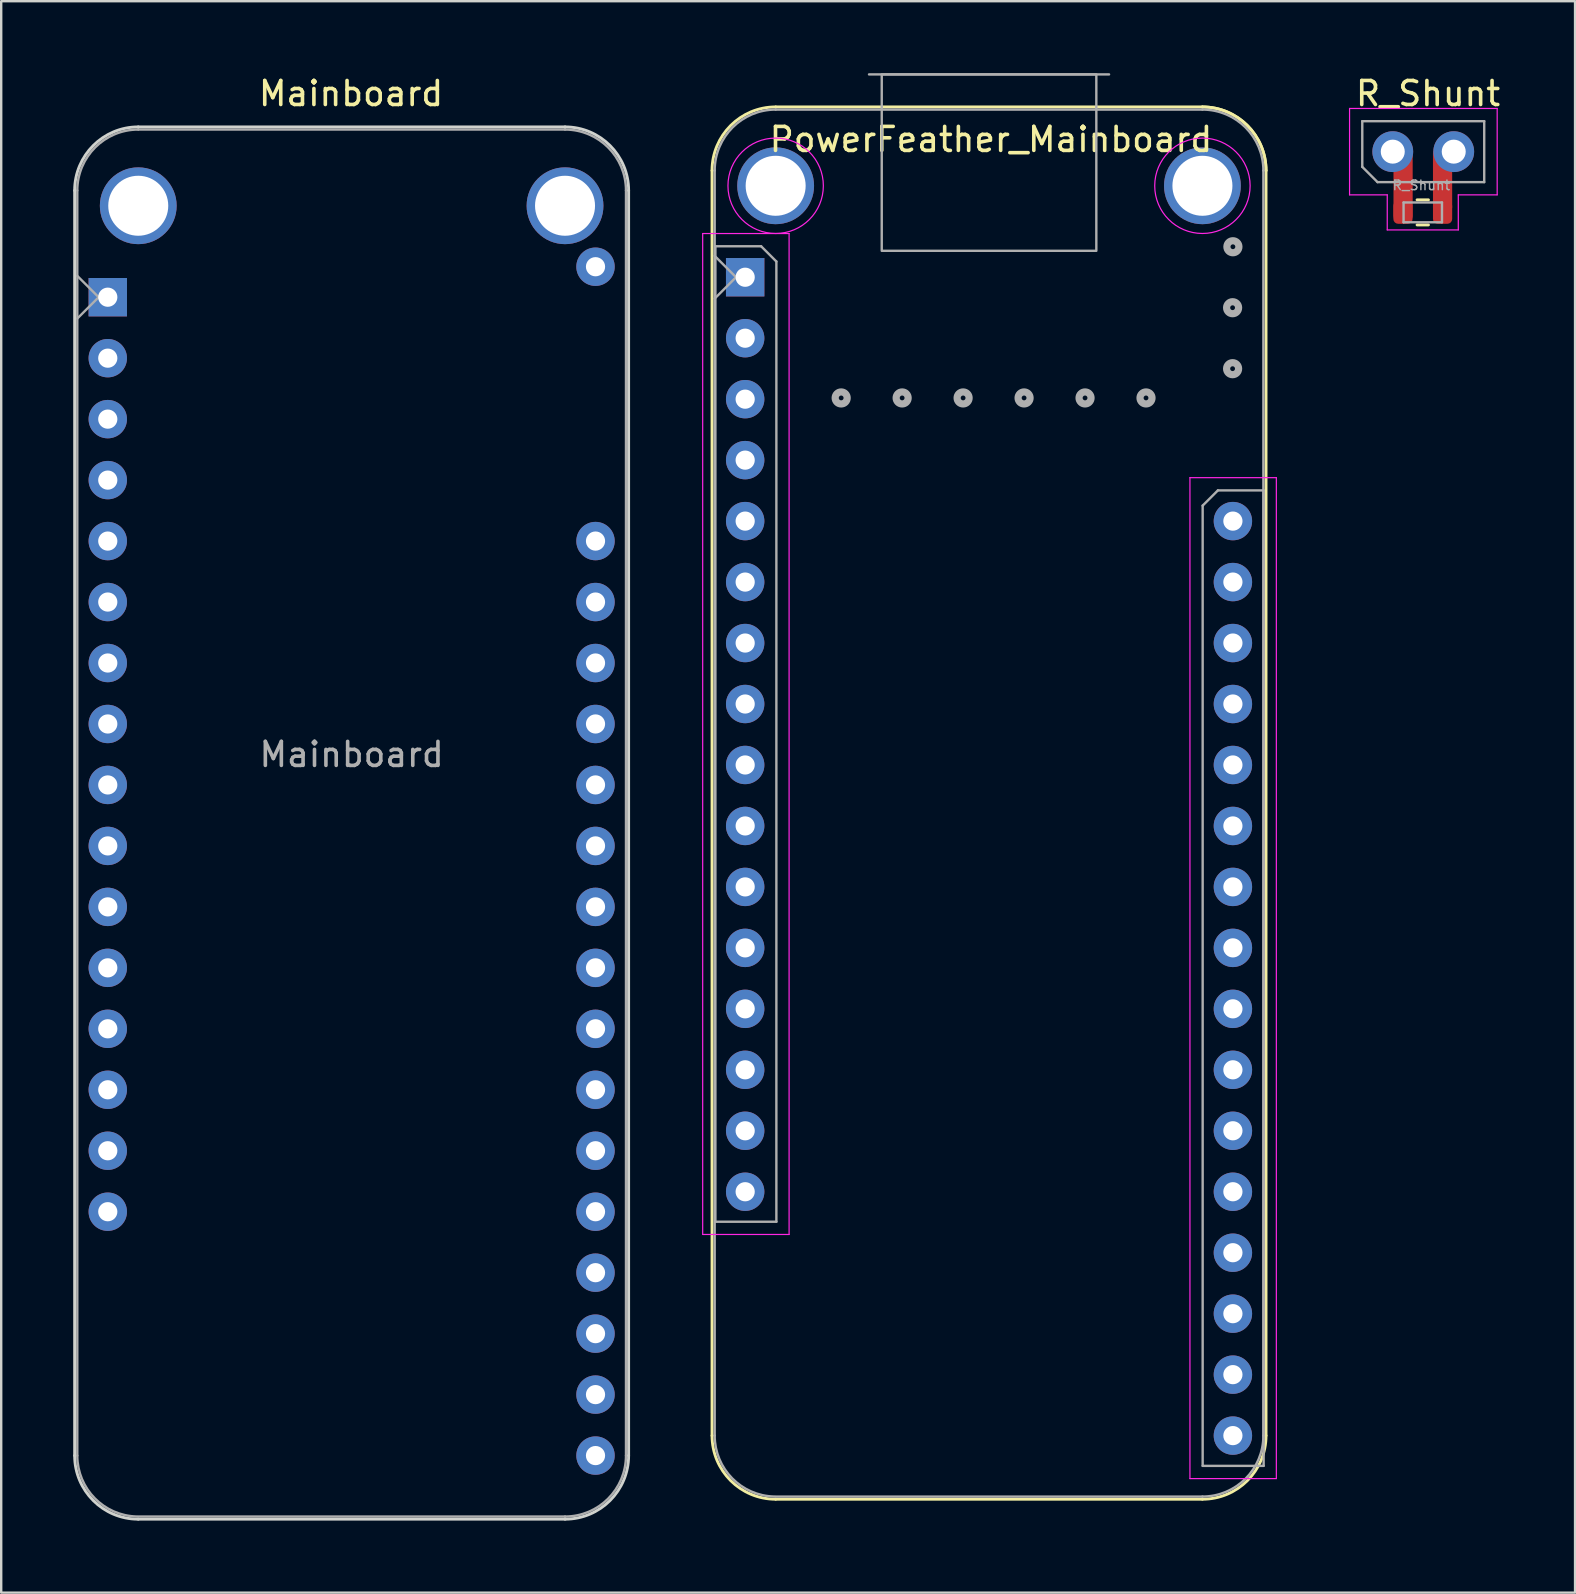
<source format=kicad_pcb>
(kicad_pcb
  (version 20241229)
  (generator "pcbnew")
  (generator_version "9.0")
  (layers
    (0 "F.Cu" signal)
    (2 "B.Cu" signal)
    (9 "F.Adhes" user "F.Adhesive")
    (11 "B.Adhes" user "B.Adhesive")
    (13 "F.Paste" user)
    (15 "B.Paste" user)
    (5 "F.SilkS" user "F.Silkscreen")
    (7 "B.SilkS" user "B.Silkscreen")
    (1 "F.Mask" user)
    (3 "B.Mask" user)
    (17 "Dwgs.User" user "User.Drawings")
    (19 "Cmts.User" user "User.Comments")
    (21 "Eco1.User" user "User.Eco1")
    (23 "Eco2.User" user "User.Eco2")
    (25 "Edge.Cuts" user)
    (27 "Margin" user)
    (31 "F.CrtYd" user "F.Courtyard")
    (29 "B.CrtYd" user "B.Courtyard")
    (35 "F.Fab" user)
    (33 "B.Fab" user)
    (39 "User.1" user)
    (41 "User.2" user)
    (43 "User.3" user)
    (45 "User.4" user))
  (footprint "R_Shunt"
    (layer "F.Cu")
    (at 56.245 5.786)
    (property "Reference" "R_Shunt" (at 0.2 -4.938 0) (layer "F.SilkS") (effects (font (size 1 1) (thickness 0.15))))
    (attr smd)
    (fp_line (start -0.257 -0.51) (end 0.217 -0.51) (stroke (width 0.12) (type solid)) (layer "F.SilkS"))
    (fp_line (start -0.257 0.535) (end 0.217 0.535) (stroke (width 0.12) (type solid)) (layer "F.SilkS"))
    (fp_line (start -3.07 -4.317) (end -3.07 -0.718) (stroke (width 0.05) (type solid)) (layer "F.CrtYd"))
    (fp_line (start -3.07 -0.718) (end -1.5 -0.718) (stroke (width 0.05) (type solid)) (layer "F.CrtYd"))
    (fp_line (start -1.5 0.743) (end -1.5 -0.718) (stroke (width 0.05) (type solid)) (layer "F.CrtYd"))
    (fp_line (start 1.46 -0.718) (end 1.46 0.743) (stroke (width 0.05) (type solid)) (layer "F.CrtYd"))
    (fp_line (start 1.46 -0.718) (end 3.08 -0.718) (stroke (width 0.05) (type solid)) (layer "F.CrtYd"))
    (fp_line (start 1.46 0.743) (end -1.5 0.743) (stroke (width 0.05) (type solid)) (layer "F.CrtYd"))
    (fp_line (start 3.08 -4.317) (end -3.07 -4.317) (stroke (width 0.05) (type solid)) (layer "F.CrtYd"))
    (fp_line (start 3.08 -0.718) (end 3.08 -4.317) (stroke (width 0.05) (type solid)) (layer "F.CrtYd"))
    (fp_line (start -2.54 -3.788) (end 2.54 -3.788) (stroke (width 0.1) (type solid)) (layer "F.Fab"))
    (fp_line (start -2.54 -1.883) (end -2.54 -3.788) (stroke (width 0.1) (type solid)) (layer "F.Fab"))
    (fp_line (start -1.905 -1.248) (end -2.54 -1.883) (stroke (width 0.1) (type solid)) (layer "F.Fab"))
    (fp_line (start -0.82 -0.4) (end 0.78 -0.4) (stroke (width 0.1) (type solid)) (layer "F.Fab"))
    (fp_line (start -0.82 0.425) (end -0.82 -0.4) (stroke (width 0.1) (type solid)) (layer "F.Fab"))
    (fp_line (start 0.78 -0.4) (end 0.78 0.425) (stroke (width 0.1) (type solid)) (layer "F.Fab"))
    (fp_line (start 0.78 0.425) (end -0.82 0.425) (stroke (width 0.1) (type solid)) (layer "F.Fab"))
    (fp_line (start 2.54 -3.788) (end 2.54 -1.248) (stroke (width 0.1) (type solid)) (layer "F.Fab"))
    (fp_line (start 2.54 -1.248) (end -1.905 -1.248) (stroke (width 0.1) (type solid)) (layer "F.Fab"))
    (fp_text user "${REFERENCE}" (at -0.08 -1.117 0) (layer "F.Fab") (effects (font (size 0.4 0.4) (thickness 0.06))))
    (pad "1" thru_hole circle (at -1.27 -2.518 90) (size 1.7 1.7) (drill 1) (layers "*.Cu" "*.Mask"))
    (pad "1" smd roundrect (at -0.845 0.013) (size 0.8 0.95) (layers "F.Cu" "F.Mask" "F.Paste") (roundrect_rratio 0.25))
    (pad "1" smd roundrect (at -0.84 -1.07) (size 0.8 2.87) (layers "F.Cu") (roundrect_rratio 0.25))
    (pad "2" smd roundrect (at 0.805 -1.314) (size 0.8 2.652) (layers "F.Cu") (roundrect_rratio 0.25))
    (pad "2" smd roundrect (at 0.805 0.013) (size 0.8 0.95) (layers "F.Cu" "F.Mask" "F.Paste") (roundrect_rratio 0.25))
    (pad "2" thru_hole oval (at 1.27 -2.518 90) (size 1.7 1.7) (drill 1) (layers "*.Cu" "*.Mask")))
  (footprint "PowerFeather_Mainboard"
    (layer "F.Cu")
    (at 27.995 8.5)
    (property "Reference" "PowerFeather_Mainboard" (at 10.24 -5.74 0) (layer "F.SilkS") (effects (font (size 1 1) (thickness 0.15))))
    (attr through_hole)
    (fp_line (start -1.38 -4.445) (end -1.38 48.26) (stroke (width 0.12) (type solid)) (layer "F.SilkS"))
    (fp_line (start 19.05 -7.095) (end 1.27 -7.095) (stroke (width 0.12) (type solid)) (layer "F.SilkS"))
    (fp_line (start 19.05 50.91) (end 1.27 50.91) (stroke (width 0.12) (type solid)) (layer "F.SilkS"))
    (fp_line (start 21.7 -4.445) (end 21.7 48.26) (stroke (width 0.12) (type solid)) (layer "F.SilkS"))
    (fp_arc (start -1.38 -4.445) (mid -0.603832 -6.318832) (end 1.27 -7.095) (stroke (width 0.12) (type solid)) (layer "F.SilkS"))
    (fp_arc (start 1.27 50.910002) (mid -0.603833 50.133835) (end -1.38 48.260002) (stroke (width 0.12) (type solid)) (layer "F.SilkS"))
    (fp_arc (start 19.05 -7.095) (mid 20.923833 -6.318833) (end 21.7 -4.445) (stroke (width 0.12) (type solid)) (layer "F.SilkS"))
    (fp_arc (start 19.05 -7.095) (mid 20.923833 -6.318833) (end 21.7 -4.445) (stroke (width 0.12) (type solid)) (layer "F.SilkS"))
    (fp_arc (start 21.7 48.260002) (mid 20.923832 50.133834) (end 19.05 50.910002) (stroke (width 0.12) (type solid)) (layer "F.SilkS"))
    (fp_line (start -1.77 -1.82) (end 1.83 -1.82) (stroke (width 0.05) (type solid)) (layer "F.CrtYd"))
    (fp_line (start -1.77 39.88) (end -1.77 -1.82) (stroke (width 0.05) (type solid)) (layer "F.CrtYd"))
    (fp_line (start 1.83 -1.82) (end 1.83 39.88) (stroke (width 0.05) (type solid)) (layer "F.CrtYd"))
    (fp_line (start 1.83 39.88) (end -1.77 39.88) (stroke (width 0.05) (type solid)) (layer "F.CrtYd"))
    (fp_line (start 18.53 8.35) (end 18.53 50.05) (stroke (width 0.05) (type solid)) (layer "F.CrtYd"))
    (fp_line (start 18.53 50.05) (end 22.13 50.05) (stroke (width 0.05) (type solid)) (layer "F.CrtYd"))
    (fp_line (start 22.13 8.35) (end 18.53 8.35) (stroke (width 0.05) (type solid)) (layer "F.CrtYd"))
    (fp_line (start 22.13 50.05) (end 22.13 8.35) (stroke (width 0.05) (type solid)) (layer "F.CrtYd"))
    (fp_circle (center 1.27 -3.81) (end 3.08 -2.99) (stroke (width 0.05) (type default)) (fill no) (layer "F.CrtYd"))
    (fp_circle (center 19.05 -3.81) (end 20.86 -2.99) (stroke (width 0.05) (type default)) (fill no) (layer "F.CrtYd"))
    (fp_line (start -1.27 -4.445) (end -1.27 48.26) (stroke (width 0.1) (type solid)) (layer "F.Fab"))
    (fp_line (start -1.27 -0.889) (end -0.381 0) (stroke (width 0.1) (type solid)) (layer "F.Fab"))
    (fp_line (start -1.24 -1.29) (end -1.24 39.35) (stroke (width 0.1) (type solid)) (layer "F.Fab"))
    (fp_line (start -1.24 39.35) (end 1.3 39.35) (stroke (width 0.1) (type solid)) (layer "F.Fab"))
    (fp_line (start -0.381 0) (end -1.27 0.889) (stroke (width 0.1) (type solid)) (layer "F.Fab"))
    (fp_line (start 0.665 -1.29) (end -1.24 -1.29) (stroke (width 0.1) (type solid)) (layer "F.Fab"))
    (fp_line (start 1.27 50.8) (end 19.05 50.8) (stroke (width 0.1) (type solid)) (layer "F.Fab"))
    (fp_line (start 1.3 -0.655) (end 0.665 -1.29) (stroke (width 0.1) (type solid)) (layer "F.Fab"))
    (fp_line (start 1.3 39.35) (end 1.3 -0.655) (stroke (width 0.1) (type solid)) (layer "F.Fab"))
    (fp_line (start 5.16 -8.45) (end 15.16 -8.45) (stroke (width 0.1) (type solid)) (layer "F.Fab"))
    (fp_line (start 19.05 -6.985) (end 1.27 -6.985) (stroke (width 0.1) (type solid)) (layer "F.Fab"))
    (fp_line (start 19.06 9.515) (end 19.695 8.88) (stroke (width 0.1) (type solid)) (layer "F.Fab"))
    (fp_line (start 19.06 49.52) (end 19.06 9.515) (stroke (width 0.1) (type solid)) (layer "F.Fab"))
    (fp_line (start 19.695 8.88) (end 21.6 8.88) (stroke (width 0.1) (type solid)) (layer "F.Fab"))
    (fp_line (start 21.59 48.26) (end 21.59 -4.445) (stroke (width 0.1) (type solid)) (layer "F.Fab"))
    (fp_line (start 21.6 8.88) (end 21.6 49.52) (stroke (width 0.1) (type solid)) (layer "F.Fab"))
    (fp_line (start 21.6 49.52) (end 19.06 49.52) (stroke (width 0.1) (type solid)) (layer "F.Fab"))
    (fp_rect (start 5.69 -8.45) (end 14.63 -1.1) (stroke (width 0.1) (type solid)) (fill no) (layer "F.Fab"))
    (fp_arc (start -1.27 -4.445) (mid -0.526051 -6.241051) (end 1.27 -6.985) (stroke (width 0.1) (type solid)) (layer "F.Fab"))
    (fp_arc (start 1.221238 50.799534) (mid -0.543211 50.038731) (end -1.27 48.260001) (stroke (width 0.1) (type solid)) (layer "F.Fab"))
    (fp_arc (start 19.05 -6.985) (mid 20.846051 -6.241051) (end 21.59 -4.445) (stroke (width 0.1) (type solid)) (layer "F.Fab"))
    (fp_arc (start 21.59 48.260002) (mid 20.846051 50.056053) (end 19.05 50.800002) (stroke (width 0.1) (type solid)) (layer "F.Fab"))
    (fp_circle (center 4 5.029) (end 4.1 5.029) (stroke (width 0.3) (type default)) (fill no) (layer "F.Fab"))
    (fp_circle (center 6.54 5.029) (end 6.64 5.029) (stroke (width 0.3) (type default)) (fill no) (layer "F.Fab"))
    (fp_circle (center 9.08 5.029) (end 9.18 5.029) (stroke (width 0.3) (type default)) (fill no) (layer "F.Fab"))
    (fp_circle (center 11.62 5.029) (end 11.72 5.029) (stroke (width 0.3) (type default)) (fill no) (layer "F.Fab"))
    (fp_circle (center 14.16 5.029) (end 14.26 5.029) (stroke (width 0.3) (type default)) (fill no) (layer "F.Fab"))
    (fp_circle (center 16.7 5.029) (end 16.8 5.029) (stroke (width 0.3) (type default)) (fill no) (layer "F.Fab"))
    (fp_circle (center 20.307 1.27) (end 20.407 1.27) (stroke (width 0.3) (type default)) (fill no) (layer "F.Fab"))
    (fp_circle (center 20.307 3.81) (end 20.407 3.81) (stroke (width 0.3) (type default)) (fill no) (layer "F.Fab"))
    (fp_circle (center 20.32 -1.27) (end 20.42 -1.27) (stroke (width 0.3) (type default)) (fill no) (layer "F.Fab"))
    (pad "" np_thru_hole circle (at 1.27 -3.81 270) (size 3.2 3.2) (drill 2.5) (layers "*.Cu" "*.Mask"))
    (pad "" np_thru_hole circle (at 19.05 -3.81 270) (size 3.2 3.2) (drill 2.5) (layers "*.Cu" "*.Mask"))
    (pad "1" thru_hole rect (at 0 0 180) (size 1.6 1.6) (drill 0.8) (layers "*.Cu" "*.Mask"))
    (pad "2" thru_hole circle (at 0 2.54 180) (size 1.6 1.6) (drill 0.8) (layers "*.Cu" "*.Mask"))
    (pad "3" thru_hole circle (at 0 5.08 180) (size 1.6 1.6) (drill 0.8) (layers "*.Cu" "*.Mask"))
    (pad "4" thru_hole circle (at 0 7.62 180) (size 1.6 1.6) (drill 0.8) (layers "*.Cu" "*.Mask"))
    (pad "5" thru_hole circle (at 0 10.16 180) (size 1.6 1.6) (drill 0.8) (layers "*.Cu" "*.Mask"))
    (pad "6" thru_hole circle (at 0 12.7 180) (size 1.6 1.6) (drill 0.8) (layers "*.Cu" "*.Mask"))
    (pad "7" thru_hole circle (at 0 15.24 180) (size 1.6 1.6) (drill 0.8) (layers "*.Cu" "*.Mask"))
    (pad "8" thru_hole circle (at 0 17.78 180) (size 1.6 1.6) (drill 0.8) (layers "*.Cu" "*.Mask"))
    (pad "9" thru_hole circle (at 0 20.32 180) (size 1.6 1.6) (drill 0.8) (layers "*.Cu" "*.Mask"))
    (pad "10" thru_hole circle (at 0 22.86 180) (size 1.6 1.6) (drill 0.8) (layers "*.Cu" "*.Mask"))
    (pad "11" thru_hole circle (at 0 25.4 180) (size 1.6 1.6) (drill 0.8) (layers "*.Cu" "*.Mask"))
    (pad "12" thru_hole circle (at 0 27.94 180) (size 1.6 1.6) (drill 0.8) (layers "*.Cu" "*.Mask"))
    (pad "13" thru_hole circle (at 0 30.48 180) (size 1.6 1.6) (drill 0.8) (layers "*.Cu" "*.Mask"))
    (pad "14" thru_hole circle (at 0 33.02 180) (size 1.6 1.6) (drill 0.8) (layers "*.Cu" "*.Mask"))
    (pad "15" thru_hole circle (at 0 35.56 180) (size 1.6 1.6) (drill 0.8) (layers "*.Cu" "*.Mask"))
    (pad "16" thru_hole circle (at 0 38.1 180) (size 1.6 1.6) (drill 0.8) (layers "*.Cu" "*.Mask"))
    (pad "17" thru_hole circle (at 20.32 38.1 180) (size 1.6 1.6) (drill 0.8) (layers "*.Cu" "*.Mask"))
    (pad "18" thru_hole circle (at 20.32 35.56 180) (size 1.6 1.6) (drill 0.8) (layers "*.Cu" "*.Mask"))
    (pad "19" thru_hole circle (at 20.32 33.02 180) (size 1.6 1.6) (drill 0.8) (layers "*.Cu" "*.Mask"))
    (pad "20" thru_hole circle (at 20.32 30.48 180) (size 1.6 1.6) (drill 0.8) (layers "*.Cu" "*.Mask"))
    (pad "21" thru_hole circle (at 20.32 27.94 180) (size 1.6 1.6) (drill 0.8) (layers "*.Cu" "*.Mask"))
    (pad "22" thru_hole circle (at 20.32 25.4 180) (size 1.6 1.6) (drill 0.8) (layers "*.Cu" "*.Mask"))
    (pad "23" thru_hole circle (at 20.32 22.86 180) (size 1.6 1.6) (drill 0.8) (layers "*.Cu" "*.Mask"))
    (pad "24" thru_hole circle (at 20.32 20.32 180) (size 1.6 1.6) (drill 0.8) (layers "*.Cu" "*.Mask"))
    (pad "25" thru_hole circle (at 20.32 17.78 180) (size 1.6 1.6) (drill 0.8) (layers "*.Cu" "*.Mask"))
    (pad "26" thru_hole circle (at 20.32 15.24 180) (size 1.6 1.6) (drill 0.8) (layers "*.Cu" "*.Mask"))
    (pad "27" thru_hole circle (at 20.32 12.7 180) (size 1.6 1.6) (drill 0.8) (layers "*.Cu" "*.Mask"))
    (pad "28" thru_hole circle (at 20.32 10.16 180) (size 1.6 1.6) (drill 0.8) (layers "*.Cu" "*.Mask"))
    (pad "29" thru_hole circle (at 20.32 48.26 180) (size 1.6 1.6) (drill 0.8) (layers "*.Cu" "*.Mask"))
    (pad "30" thru_hole circle (at 20.32 45.72 180) (size 1.6 1.6) (drill 0.8) (layers "*.Cu" "*.Mask"))
    (pad "31" thru_hole circle (at 20.32 43.18 180) (size 1.6 1.6) (drill 0.8) (layers "*.Cu" "*.Mask"))
    (pad "32" thru_hole circle (at 20.32 40.64 180) (size 1.6 1.6) (drill 0.8) (layers "*.Cu" "*.Mask")))
  (footprint "Mainboard"
    (layer "F.Cu")
    (at 1.44 9.332)
    (property "Reference" "Mainboard" (at 10.135 -8.484 0) (layer "F.SilkS") (effects (font (size 1 1) (thickness 0.15))))
    (attr through_hole)
    (fp_line (start -1.38 -4.445) (end -1.38 48.26) (stroke (width 0.12) (type solid)) (layer "Edge.Cuts"))
    (fp_line (start 19.05 -7.095) (end 1.27 -7.095) (stroke (width 0.12) (type solid)) (layer "Edge.Cuts"))
    (fp_line (start 19.05 50.91) (end 1.27 50.91) (stroke (width 0.12) (type solid)) (layer "Edge.Cuts"))
    (fp_line (start 21.7 -4.445) (end 21.7 48.26) (stroke (width 0.12) (type solid)) (layer "Edge.Cuts"))
    (fp_arc (start -1.38 -4.445) (mid -0.603832 -6.318832) (end 1.27 -7.095) (stroke (width 0.12) (type solid)) (layer "Edge.Cuts"))
    (fp_arc (start 1.27 50.910002) (mid -0.603832 50.133834) (end -1.38 48.260002) (stroke (width 0.12) (type solid)) (layer "Edge.Cuts"))
    (fp_arc (start 19.05 -7.095) (mid 20.923833 -6.318833) (end 21.7 -4.445) (stroke (width 0.12) (type solid)) (layer "Edge.Cuts"))
    (fp_arc (start 21.7 48.260002) (mid 20.923832 50.133834) (end 19.05 50.910002) (stroke (width 0.12) (type solid)) (layer "Edge.Cuts"))
    (fp_line (start -1.27 -4.445) (end -1.27 48.26) (stroke (width 0.1) (type solid)) (layer "F.Fab"))
    (fp_line (start -1.27 -0.889) (end -0.381 0) (stroke (width 0.1) (type solid)) (layer "F.Fab"))
    (fp_line (start -0.381 0) (end -1.27 0.889) (stroke (width 0.1) (type solid)) (layer "F.Fab"))
    (fp_line (start 1.27 50.8) (end 19.05 50.8) (stroke (width 0.1) (type solid)) (layer "F.Fab"))
    (fp_line (start 19.05 -6.985) (end 1.27 -6.985) (stroke (width 0.1) (type solid)) (layer "F.Fab"))
    (fp_line (start 21.59 48.26) (end 21.59 -4.445) (stroke (width 0.1) (type solid)) (layer "F.Fab"))
    (fp_arc (start -1.27 -4.445) (mid -0.526051 -6.241051) (end 1.27 -6.985) (stroke (width 0.1) (type solid)) (layer "F.Fab"))
    (fp_arc (start 1.221238 50.799534) (mid -0.543211 50.038731) (end -1.27 48.260001) (stroke (width 0.1) (type solid)) (layer "F.Fab"))
    (fp_arc (start 19.05 -6.985) (mid 20.846051 -6.241051) (end 21.59 -4.445) (stroke (width 0.1) (type solid)) (layer "F.Fab"))
    (fp_arc (start 21.59 48.260002) (mid 20.846051 50.056052) (end 19.05 50.800002) (stroke (width 0.1) (type solid)) (layer "F.Fab"))
    (fp_text user "${REFERENCE}" (at 10.16 19.05 180) (layer "F.Fab") (effects (font (size 1 1) (thickness 0.15))))
    (pad "" np_thru_hole circle (at 1.27 -3.81 270) (size 3.2 3.2) (drill 2.5) (layers "*.Cu" "*.Mask"))
    (pad "" np_thru_hole circle (at 19.05 -3.81 270) (size 3.2 3.2) (drill 2.5) (layers "*.Cu" "*.Mask"))
    (pad "1" thru_hole rect (at 0 0 180) (size 1.6 1.6) (drill 0.8) (layers "*.Cu" "*.Mask"))
    (pad "2" thru_hole circle (at 0 2.54 180) (size 1.6 1.6) (drill 0.8) (layers "*.Cu" "*.Mask"))
    (pad "3" thru_hole circle (at 0 5.08 180) (size 1.6 1.6) (drill 0.8) (layers "*.Cu" "*.Mask"))
    (pad "4" thru_hole circle (at 0 7.62 180) (size 1.6 1.6) (drill 0.8) (layers "*.Cu" "*.Mask"))
    (pad "5" thru_hole circle (at 0 10.16 180) (size 1.6 1.6) (drill 0.8) (layers "*.Cu" "*.Mask"))
    (pad "6" thru_hole circle (at 0 12.7 180) (size 1.6 1.6) (drill 0.8) (layers "*.Cu" "*.Mask"))
    (pad "7" thru_hole circle (at 0 15.24 180) (size 1.6 1.6) (drill 0.8) (layers "*.Cu" "*.Mask"))
    (pad "8" thru_hole circle (at 0 17.78 180) (size 1.6 1.6) (drill 0.8) (layers "*.Cu" "*.Mask"))
    (pad "9" thru_hole circle (at 0 20.32 180) (size 1.6 1.6) (drill 0.8) (layers "*.Cu" "*.Mask"))
    (pad "10" thru_hole circle (at 0 22.86 180) (size 1.6 1.6) (drill 0.8) (layers "*.Cu" "*.Mask"))
    (pad "11" thru_hole circle (at 0 25.4 180) (size 1.6 1.6) (drill 0.8) (layers "*.Cu" "*.Mask"))
    (pad "12" thru_hole circle (at 0 27.94 180) (size 1.6 1.6) (drill 0.8) (layers "*.Cu" "*.Mask"))
    (pad "13" thru_hole circle (at 0 30.48 180) (size 1.6 1.6) (drill 0.8) (layers "*.Cu" "*.Mask"))
    (pad "14" thru_hole circle (at 0 33.02 180) (size 1.6 1.6) (drill 0.8) (layers "*.Cu" "*.Mask"))
    (pad "15" thru_hole circle (at 0 35.56 180) (size 1.6 1.6) (drill 0.8) (layers "*.Cu" "*.Mask"))
    (pad "16" thru_hole circle (at 0 38.1 180) (size 1.6 1.6) (drill 0.8) (layers "*.Cu" "*.Mask"))
    (pad "17" thru_hole circle (at 20.32 38.1 180) (size 1.6 1.6) (drill 0.8) (layers "*.Cu" "*.Mask"))
    (pad "18" thru_hole circle (at 20.32 35.56 180) (size 1.6 1.6) (drill 0.8) (layers "*.Cu" "*.Mask"))
    (pad "19" thru_hole circle (at 20.32 33.02 180) (size 1.6 1.6) (drill 0.8) (layers "*.Cu" "*.Mask"))
    (pad "20" thru_hole circle (at 20.32 30.48 180) (size 1.6 1.6) (drill 0.8) (layers "*.Cu" "*.Mask"))
    (pad "21" thru_hole circle (at 20.32 27.94 180) (size 1.6 1.6) (drill 0.8) (layers "*.Cu" "*.Mask"))
    (pad "22" thru_hole circle (at 20.32 25.4 180) (size 1.6 1.6) (drill 0.8) (layers "*.Cu" "*.Mask"))
    (pad "23" thru_hole circle (at 20.32 22.86 180) (size 1.6 1.6) (drill 0.8) (layers "*.Cu" "*.Mask"))
    (pad "24" thru_hole circle (at 20.32 20.32 180) (size 1.6 1.6) (drill 0.8) (layers "*.Cu" "*.Mask"))
    (pad "25" thru_hole circle (at 20.32 17.78 180) (size 1.6 1.6) (drill 0.8) (layers "*.Cu" "*.Mask"))
    (pad "26" thru_hole circle (at 20.32 15.24 180) (size 1.6 1.6) (drill 0.8) (layers "*.Cu" "*.Mask"))
    (pad "27" thru_hole circle (at 20.32 12.7 180) (size 1.6 1.6) (drill 0.8) (layers "*.Cu" "*.Mask"))
    (pad "28" thru_hole circle (at 20.32 10.16 180) (size 1.6 1.6) (drill 0.8) (layers "*.Cu" "*.Mask"))
    (pad "29" thru_hole circle (at 20.32 48.26 180) (size 1.6 1.6) (drill 0.8) (layers "*.Cu" "*.Mask"))
    (pad "30" thru_hole circle (at 20.32 45.72 180) (size 1.6 1.6) (drill 0.8) (layers "*.Cu" "*.Mask"))
    (pad "31" thru_hole circle (at 20.32 43.18 180) (size 1.6 1.6) (drill 0.8) (layers "*.Cu" "*.Mask"))
    (pad "32" thru_hole circle (at 20.32 40.64 180) (size 1.6 1.6) (drill 0.8) (layers "*.Cu" "*.Mask"))
    (pad "33" thru_hole circle (at 20.32 -1.27 180) (size 1.6 1.6) (drill 0.8) (layers "*.Cu" "*.Mask")))
  (gr_rect
    (start -3 -3)
    (end 62.57 63.302)
    (stroke (width 0.1) (type default))
    (fill no)
    (layer "Edge.Cuts")))
</source>
